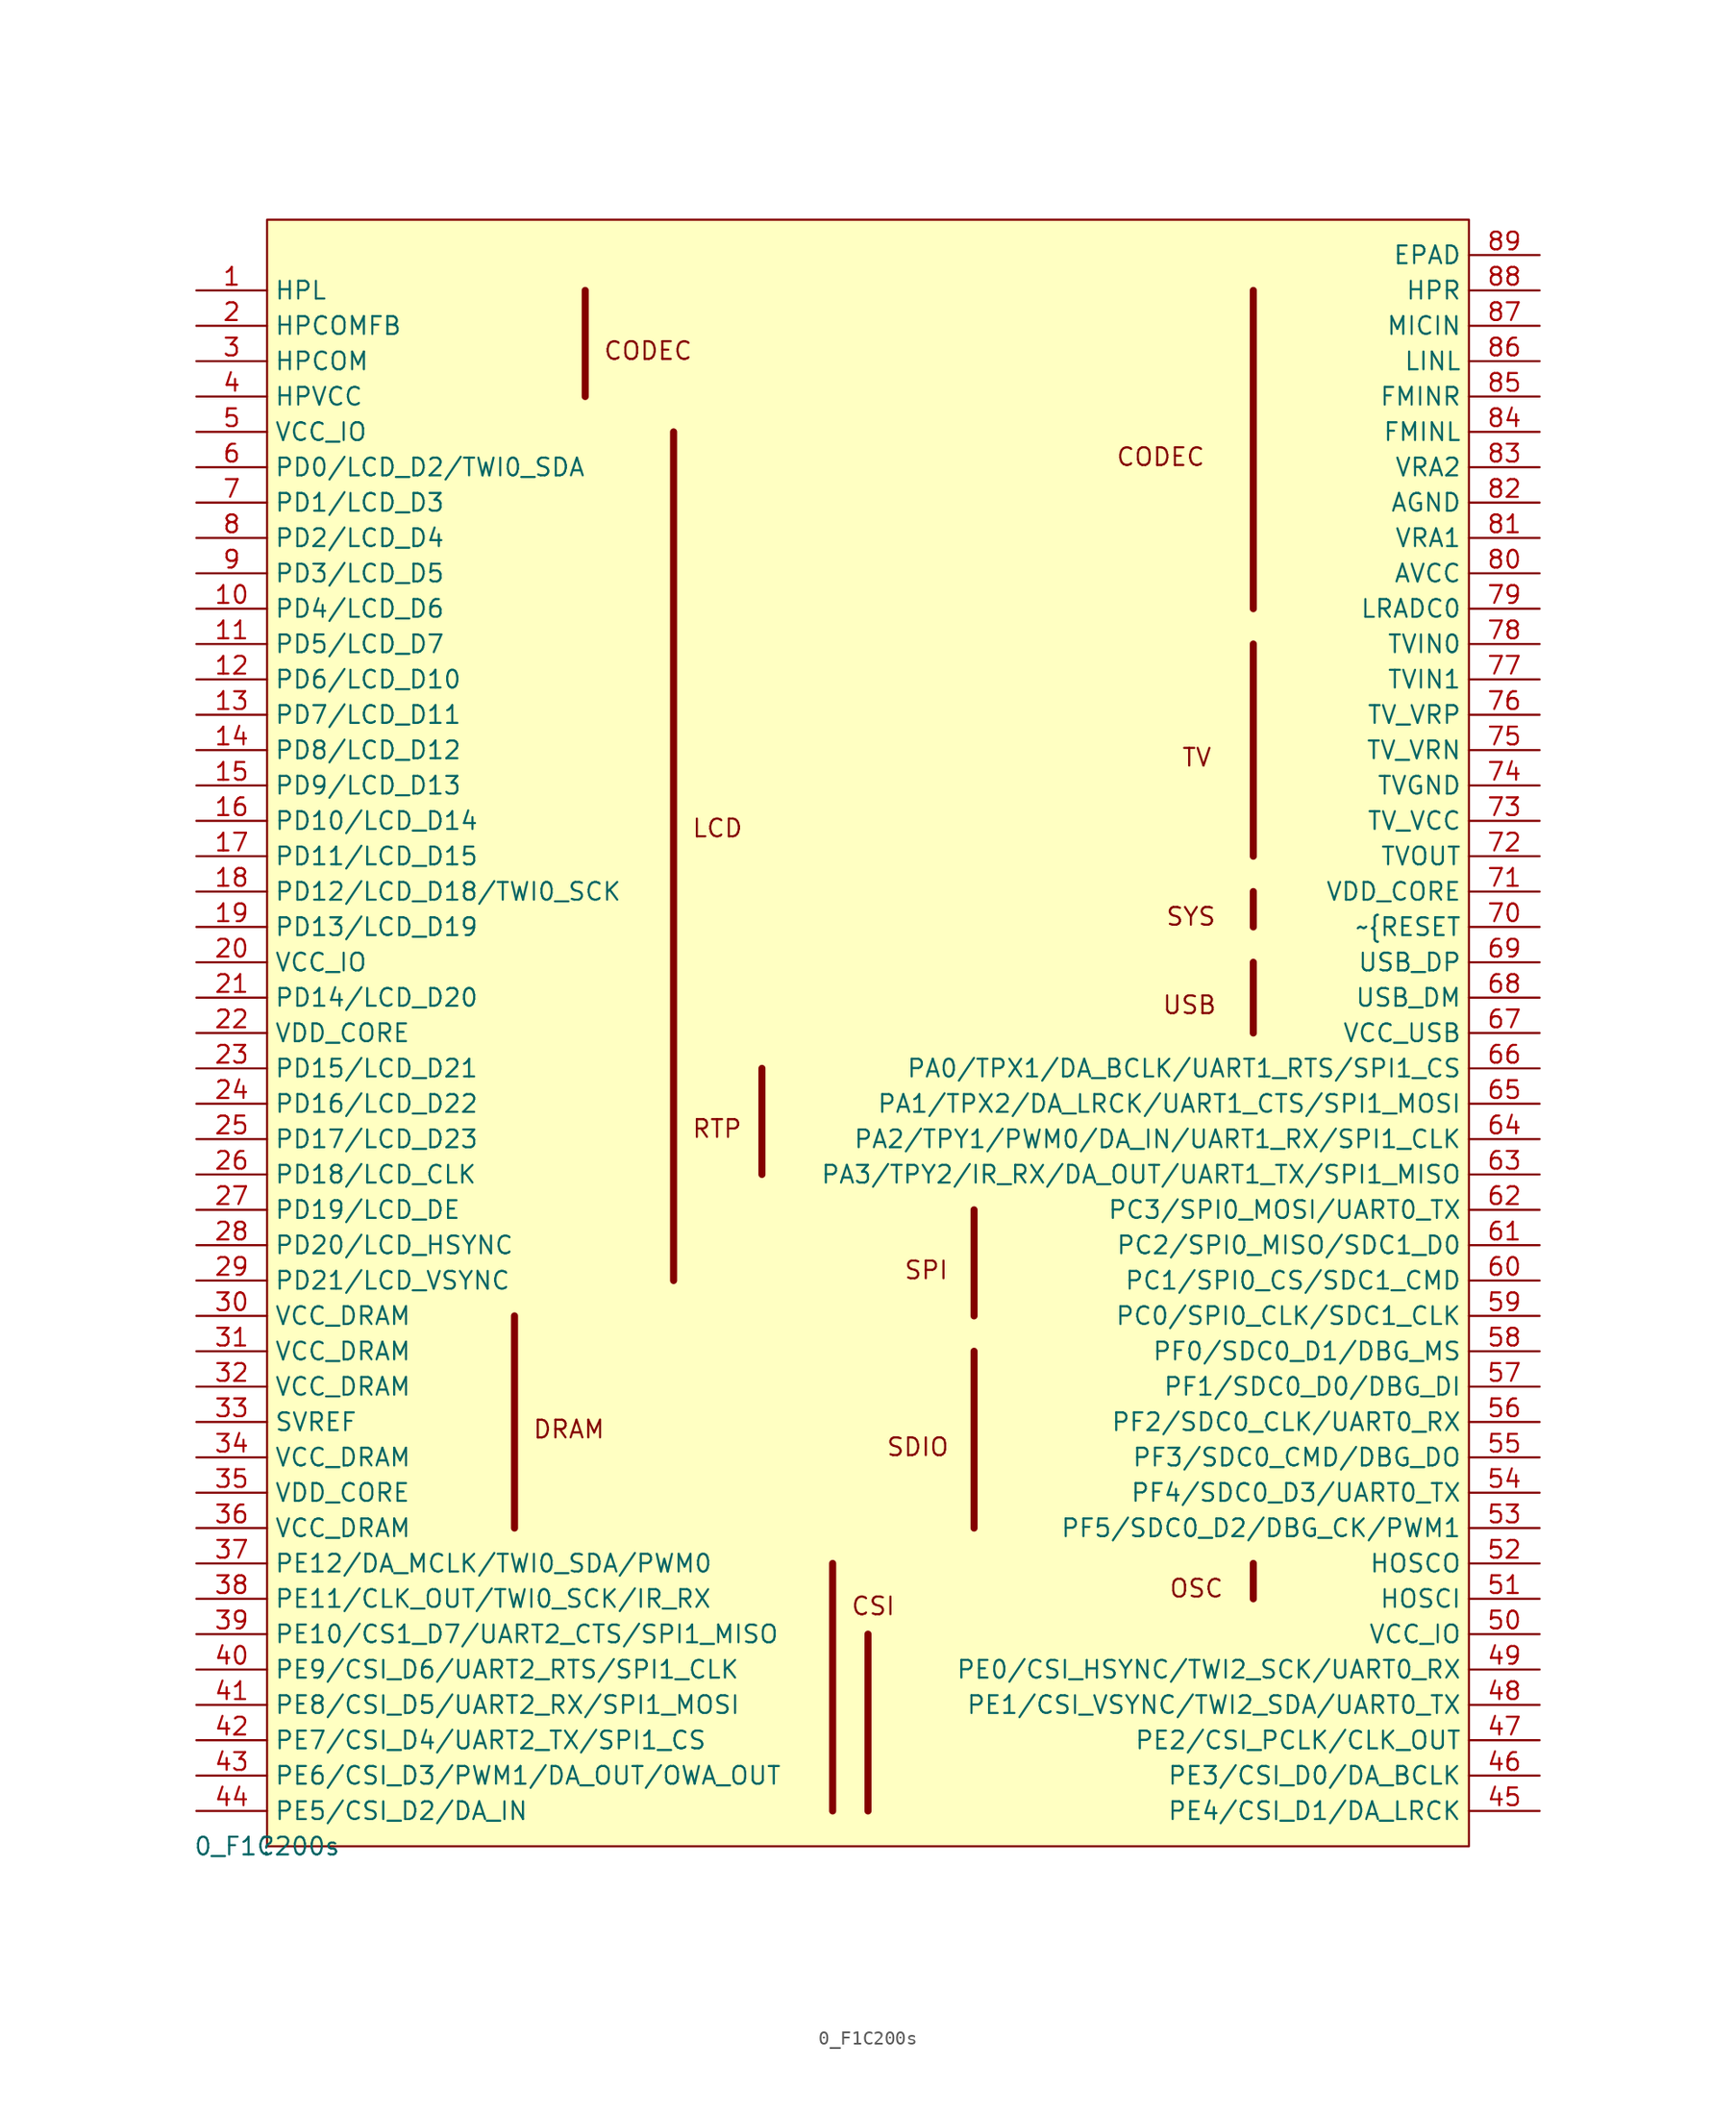
<source format=kicad_sym>
(kicad_symbol_lib
  (version 20210619)
  (generator kicad_symbol_editor)
  (symbol "F1C200S_WS__RGB_T7-altium-import:0_F1C200s"
    (property "Reference" ""
      (at 0 0 0)
      (effects (font (size 1.27 1.27))))
    (property "Value" "0_F1C200s"
      (at 0 0 0)
      (effects (font (size 1.27 1.27))))
    (symbol "0_F1C200s_1_0"
      (text "CODEC" (at 60.96 99.06 0) (effects (font (size 1.27 1.27)) (justify left bottom)))
      (text "CODEC" (at 24.13 106.68 0) (effects (font (size 1.27 1.27)) (justify left bottom)))
      (text "CSI" (at 41.91 16.51 0) (effects (font (size 1.27 1.27)) (justify left bottom)))
      (text "DRAM" (at 19.05 29.21 0) (effects (font (size 1.27 1.27)) (justify left bottom)))
      (text "LCD" (at 30.48 72.39 0) (effects (font (size 1.27 1.27)) (justify left bottom)))
      (text "OSC" (at 64.77 17.78 0) (effects (font (size 1.27 1.27)) (justify left bottom)))
      (text "RTP" (at 30.48 50.8 0) (effects (font (size 1.27 1.27)) (justify left bottom)))
      (text "SDIO" (at 44.45 27.94 0) (effects (font (size 1.27 1.27)) (justify left bottom)))
      (text "SPI" (at 45.72 40.64 0) (effects (font (size 1.27 1.27)) (justify left bottom)))
      (text "SYS" (at 64.526 66.04 0) (effects (font (size 1.27 1.27)) (justify left bottom)))
      (text "TV" (at 65.676 77.47 0) (effects (font (size 1.27 1.27)) (justify left bottom)))
      (text "USB" (at 64.272 59.69 0) (effects (font (size 1.27 1.27)) (justify left bottom)))
      (rectangle (start 86.36 116.84) (end 0 0) (stroke (width 0)) (fill (type background)))
      (polyline (pts (xy 17.78 38.1) (xy 17.78 22.86)) (stroke (width 0.508)) (fill (type none)))
      (polyline (pts (xy 22.86 104.14) (xy 22.86 111.76)) (stroke (width 0.508)) (fill (type none)))
      (polyline (pts (xy 29.21 101.6) (xy 29.21 40.64)) (stroke (width 0.508)) (fill (type none)))
      (polyline (pts (xy 35.56 55.88) (xy 35.56 48.26)) (stroke (width 0.508)) (fill (type none)))
      (polyline (pts (xy 40.64 20.32) (xy 40.64 2.54)) (stroke (width 0.508)) (fill (type none)))
      (polyline (pts (xy 43.18 15.24) (xy 43.18 2.54)) (stroke (width 0.508)) (fill (type none)))
      (polyline (pts (xy 50.8 22.86) (xy 50.8 35.56)) (stroke (width 0.508)) (fill (type none)))
      (polyline (pts (xy 50.8 45.72) (xy 50.8 38.1)) (stroke (width 0.508)) (fill (type none)))
      (polyline (pts (xy 70.866 20.32) (xy 70.866 17.78)) (stroke (width 0.508)) (fill (type none)))
      (polyline (pts (xy 70.866 63.5) (xy 70.866 58.42)) (stroke (width 0.508)) (fill (type none)))
      (polyline (pts (xy 70.866 66.04) (xy 70.866 68.58)) (stroke (width 0.508)) (fill (type none)))
      (polyline (pts (xy 70.866 71.12) (xy 70.866 86.36)) (stroke (width 0.508)) (fill (type none)))
      (polyline (pts (xy 70.866 88.9) (xy 70.866 111.76)) (stroke (width 0.508)) (fill (type none)))
      (pin passive line (at -5.08 111.76 0) (length 5.08) (name "HPL" (effects (font (size 1.27 1.27)))) (number "1" (effects (font (size 1.27 1.27)))))
      (pin passive line (at -5.08 88.9 0) (length 5.08) (name "PD4/LCD_D6" (effects (font (size 1.27 1.27)))) (number "10" (effects (font (size 1.27 1.27)))))
      (pin passive line (at -5.08 86.36 0) (length 5.08) (name "PD5/LCD_D7" (effects (font (size 1.27 1.27)))) (number "11" (effects (font (size 1.27 1.27)))))
      (pin passive line (at -5.08 83.82 0) (length 5.08) (name "PD6/LCD_D10" (effects (font (size 1.27 1.27)))) (number "12" (effects (font (size 1.27 1.27)))))
      (pin passive line (at -5.08 81.28 0) (length 5.08) (name "PD7/LCD_D11" (effects (font (size 1.27 1.27)))) (number "13" (effects (font (size 1.27 1.27)))))
      (pin passive line (at -5.08 78.74 0) (length 5.08) (name "PD8/LCD_D12" (effects (font (size 1.27 1.27)))) (number "14" (effects (font (size 1.27 1.27)))))
      (pin passive line (at -5.08 76.2 0) (length 5.08) (name "PD9/LCD_D13" (effects (font (size 1.27 1.27)))) (number "15" (effects (font (size 1.27 1.27)))))
      (pin passive line (at -5.08 73.66 0) (length 5.08) (name "PD10/LCD_D14" (effects (font (size 1.27 1.27)))) (number "16" (effects (font (size 1.27 1.27)))))
      (pin passive line (at -5.08 71.12 0) (length 5.08) (name "PD11/LCD_D15" (effects (font (size 1.27 1.27)))) (number "17" (effects (font (size 1.27 1.27)))))
      (pin passive line (at -5.08 68.58 0) (length 5.08) (name "PD12/LCD_D18/TWI0_SCK" (effects (font (size 1.27 1.27)))) (number "18" (effects (font (size 1.27 1.27)))))
      (pin passive line (at -5.08 66.04 0) (length 5.08) (name "PD13/LCD_D19" (effects (font (size 1.27 1.27)))) (number "19" (effects (font (size 1.27 1.27)))))
      (pin passive line (at -5.08 109.22 0) (length 5.08) (name "HPCOMFB" (effects (font (size 1.27 1.27)))) (number "2" (effects (font (size 1.27 1.27)))))
      (pin passive line (at -5.08 63.5 0) (length 5.08) (name "VCC_IO" (effects (font (size 1.27 1.27)))) (number "20" (effects (font (size 1.27 1.27)))))
      (pin passive line (at -5.08 60.96 0) (length 5.08) (name "PD14/LCD_D20" (effects (font (size 1.27 1.27)))) (number "21" (effects (font (size 1.27 1.27)))))
      (pin passive line (at -5.08 58.42 0) (length 5.08) (name "VDD_CORE" (effects (font (size 1.27 1.27)))) (number "22" (effects (font (size 1.27 1.27)))))
      (pin passive line (at -5.08 55.88 0) (length 5.08) (name "PD15/LCD_D21" (effects (font (size 1.27 1.27)))) (number "23" (effects (font (size 1.27 1.27)))))
      (pin passive line (at -5.08 53.34 0) (length 5.08) (name "PD16/LCD_D22" (effects (font (size 1.27 1.27)))) (number "24" (effects (font (size 1.27 1.27)))))
      (pin passive line (at -5.08 50.8 0) (length 5.08) (name "PD17/LCD_D23" (effects (font (size 1.27 1.27)))) (number "25" (effects (font (size 1.27 1.27)))))
      (pin passive line (at -5.08 48.26 0) (length 5.08) (name "PD18/LCD_CLK" (effects (font (size 1.27 1.27)))) (number "26" (effects (font (size 1.27 1.27)))))
      (pin passive line (at -5.08 45.72 0) (length 5.08) (name "PD19/LCD_DE" (effects (font (size 1.27 1.27)))) (number "27" (effects (font (size 1.27 1.27)))))
      (pin passive line (at -5.08 43.18 0) (length 5.08) (name "PD20/LCD_HSYNC" (effects (font (size 1.27 1.27)))) (number "28" (effects (font (size 1.27 1.27)))))
      (pin passive line (at -5.08 40.64 0) (length 5.08) (name "PD21/LCD_VSYNC" (effects (font (size 1.27 1.27)))) (number "29" (effects (font (size 1.27 1.27)))))
      (pin passive line (at -5.08 106.68 0) (length 5.08) (name "HPCOM" (effects (font (size 1.27 1.27)))) (number "3" (effects (font (size 1.27 1.27)))))
      (pin passive line (at -5.08 38.1 0) (length 5.08) (name "VCC_DRAM" (effects (font (size 1.27 1.27)))) (number "30" (effects (font (size 1.27 1.27)))))
      (pin passive line (at -5.08 35.56 0) (length 5.08) (name "VCC_DRAM" (effects (font (size 1.27 1.27)))) (number "31" (effects (font (size 1.27 1.27)))))
      (pin passive line (at -5.08 33.02 0) (length 5.08) (name "VCC_DRAM" (effects (font (size 1.27 1.27)))) (number "32" (effects (font (size 1.27 1.27)))))
      (pin passive line (at -5.08 30.48 0) (length 5.08) (name "SVREF" (effects (font (size 1.27 1.27)))) (number "33" (effects (font (size 1.27 1.27)))))
      (pin passive line (at -5.08 27.94 0) (length 5.08) (name "VCC_DRAM" (effects (font (size 1.27 1.27)))) (number "34" (effects (font (size 1.27 1.27)))))
      (pin passive line (at -5.08 25.4 0) (length 5.08) (name "VDD_CORE" (effects (font (size 1.27 1.27)))) (number "35" (effects (font (size 1.27 1.27)))))
      (pin passive line (at -5.08 22.86 0) (length 5.08) (name "VCC_DRAM" (effects (font (size 1.27 1.27)))) (number "36" (effects (font (size 1.27 1.27)))))
      (pin passive line (at -5.08 20.32 0) (length 5.08) (name "PE12/DA_MCLK/TWI0_SDA/PWM0" (effects (font (size 1.27 1.27)))) (number "37" (effects (font (size 1.27 1.27)))))
      (pin passive line (at -5.08 17.78 0) (length 5.08) (name "PE11/CLK_OUT/TWI0_SCK/IR_RX" (effects (font (size 1.27 1.27)))) (number "38" (effects (font (size 1.27 1.27)))))
      (pin passive line (at -5.08 15.24 0) (length 5.08) (name "PE10/CS1_D7/UART2_CTS/SPI1_MISO" (effects (font (size 1.27 1.27)))) (number "39" (effects (font (size 1.27 1.27)))))
      (pin passive line (at -5.08 104.14 0) (length 5.08) (name "HPVCC" (effects (font (size 1.27 1.27)))) (number "4" (effects (font (size 1.27 1.27)))))
      (pin passive line (at -5.08 12.7 0) (length 5.08) (name "PE9/CSI_D6/UART2_RTS/SPI1_CLK" (effects (font (size 1.27 1.27)))) (number "40" (effects (font (size 1.27 1.27)))))
      (pin passive line (at -5.08 10.16 0) (length 5.08) (name "PE8/CSI_D5/UART2_RX/SPI1_MOSI" (effects (font (size 1.27 1.27)))) (number "41" (effects (font (size 1.27 1.27)))))
      (pin passive line (at -5.08 7.62 0) (length 5.08) (name "PE7/CSI_D4/UART2_TX/SPI1_CS" (effects (font (size 1.27 1.27)))) (number "42" (effects (font (size 1.27 1.27)))))
      (pin passive line (at -5.08 5.08 0) (length 5.08) (name "PE6/CSI_D3/PWM1/DA_OUT/OWA_OUT" (effects (font (size 1.27 1.27)))) (number "43" (effects (font (size 1.27 1.27)))))
      (pin passive line (at -5.08 2.54 0) (length 5.08) (name "PE5/CSI_D2/DA_IN" (effects (font (size 1.27 1.27)))) (number "44" (effects (font (size 1.27 1.27)))))
      (pin passive line (at 91.44 2.54 180) (length 5.08) (name "PE4/CSI_D1/DA_LRCK" (effects (font (size 1.27 1.27)))) (number "45" (effects (font (size 1.27 1.27)))))
      (pin passive line (at 91.44 5.08 180) (length 5.08) (name "PE3/CSI_D0/DA_BCLK" (effects (font (size 1.27 1.27)))) (number "46" (effects (font (size 1.27 1.27)))))
      (pin passive line (at 91.44 7.62 180) (length 5.08) (name "PE2/CSI_PCLK/CLK_OUT" (effects (font (size 1.27 1.27)))) (number "47" (effects (font (size 1.27 1.27)))))
      (pin passive line (at 91.44 10.16 180) (length 5.08) (name "PE1/CSI_VSYNC/TWI2_SDA/UART0_TX" (effects (font (size 1.27 1.27)))) (number "48" (effects (font (size 1.27 1.27)))))
      (pin passive line (at 91.44 12.7 180) (length 5.08) (name "PE0/CSI_HSYNC/TWI2_SCK/UART0_RX" (effects (font (size 1.27 1.27)))) (number "49" (effects (font (size 1.27 1.27)))))
      (pin passive line (at -5.08 101.6 0) (length 5.08) (name "VCC_IO" (effects (font (size 1.27 1.27)))) (number "5" (effects (font (size 1.27 1.27)))))
      (pin passive line (at 91.44 15.24 180) (length 5.08) (name "VCC_IO" (effects (font (size 1.27 1.27)))) (number "50" (effects (font (size 1.27 1.27)))))
      (pin passive line (at 91.44 17.78 180) (length 5.08) (name "HOSCI" (effects (font (size 1.27 1.27)))) (number "51" (effects (font (size 1.27 1.27)))))
      (pin passive line (at 91.44 20.32 180) (length 5.08) (name "HOSCO" (effects (font (size 1.27 1.27)))) (number "52" (effects (font (size 1.27 1.27)))))
      (pin passive line (at 91.44 22.86 180) (length 5.08) (name "PF5/SDC0_D2/DBG_CK/PWM1" (effects (font (size 1.27 1.27)))) (number "53" (effects (font (size 1.27 1.27)))))
      (pin passive line (at 91.44 25.4 180) (length 5.08) (name "PF4/SDC0_D3/UART0_TX" (effects (font (size 1.27 1.27)))) (number "54" (effects (font (size 1.27 1.27)))))
      (pin passive line (at 91.44 27.94 180) (length 5.08) (name "PF3/SDC0_CMD/DBG_DO" (effects (font (size 1.27 1.27)))) (number "55" (effects (font (size 1.27 1.27)))))
      (pin passive line (at 91.44 30.48 180) (length 5.08) (name "PF2/SDC0_CLK/UART0_RX" (effects (font (size 1.27 1.27)))) (number "56" (effects (font (size 1.27 1.27)))))
      (pin passive line (at 91.44 33.02 180) (length 5.08) (name "PF1/SDC0_D0/DBG_DI" (effects (font (size 1.27 1.27)))) (number "57" (effects (font (size 1.27 1.27)))))
      (pin passive line (at 91.44 35.56 180) (length 5.08) (name "PF0/SDC0_D1/DBG_MS" (effects (font (size 1.27 1.27)))) (number "58" (effects (font (size 1.27 1.27)))))
      (pin passive line (at 91.44 38.1 180) (length 5.08) (name "PC0/SPI0_CLK/SDC1_CLK" (effects (font (size 1.27 1.27)))) (number "59" (effects (font (size 1.27 1.27)))))
      (pin passive line (at -5.08 99.06 0) (length 5.08) (name "PD0/LCD_D2/TWI0_SDA" (effects (font (size 1.27 1.27)))) (number "6" (effects (font (size 1.27 1.27)))))
      (pin passive line (at 91.44 40.64 180) (length 5.08) (name "PC1/SPI0_CS/SDC1_CMD" (effects (font (size 1.27 1.27)))) (number "60" (effects (font (size 1.27 1.27)))))
      (pin passive line (at 91.44 43.18 180) (length 5.08) (name "PC2/SPI0_MISO/SDC1_D0" (effects (font (size 1.27 1.27)))) (number "61" (effects (font (size 1.27 1.27)))))
      (pin passive line (at 91.44 45.72 180) (length 5.08) (name "PC3/SPI0_MOSI/UART0_TX" (effects (font (size 1.27 1.27)))) (number "62" (effects (font (size 1.27 1.27)))))
      (pin passive line (at 91.44 48.26 180) (length 5.08) (name "PA3/TPY2/IR_RX/DA_OUT/UART1_TX/SPI1_MISO" (effects (font (size 1.27 1.27)))) (number "63" (effects (font (size 1.27 1.27)))))
      (pin passive line (at 91.44 50.8 180) (length 5.08) (name "PA2/TPY1/PWM0/DA_IN/UART1_RX/SPI1_CLK" (effects (font (size 1.27 1.27)))) (number "64" (effects (font (size 1.27 1.27)))))
      (pin passive line (at 91.44 53.34 180) (length 5.08) (name "PA1/TPX2/DA_LRCK/UART1_CTS/SPI1_MOSI" (effects (font (size 1.27 1.27)))) (number "65" (effects (font (size 1.27 1.27)))))
      (pin passive line (at 91.44 55.88 180) (length 5.08) (name "PA0/TPX1/DA_BCLK/UART1_RTS/SPI1_CS" (effects (font (size 1.27 1.27)))) (number "66" (effects (font (size 1.27 1.27)))))
      (pin passive line (at 91.44 58.42 180) (length 5.08) (name "VCC_USB" (effects (font (size 1.27 1.27)))) (number "67" (effects (font (size 1.27 1.27)))))
      (pin passive line (at 91.44 60.96 180) (length 5.08) (name "USB_DM" (effects (font (size 1.27 1.27)))) (number "68" (effects (font (size 1.27 1.27)))))
      (pin passive line (at 91.44 63.5 180) (length 5.08) (name "USB_DP" (effects (font (size 1.27 1.27)))) (number "69" (effects (font (size 1.27 1.27)))))
      (pin passive line (at -5.08 96.52 0) (length 5.08) (name "PD1/LCD_D3" (effects (font (size 1.27 1.27)))) (number "7" (effects (font (size 1.27 1.27)))))
      (pin passive line (at 91.44 66.04 180) (length 5.08) (name "~{RESET" (effects (font (size 1.27 1.27)))) (number "70" (effects (font (size 1.27 1.27)))))
      (pin passive line (at 91.44 68.58 180) (length 5.08) (name "VDD_CORE" (effects (font (size 1.27 1.27)))) (number "71" (effects (font (size 1.27 1.27)))))
      (pin passive line (at 91.44 71.12 180) (length 5.08) (name "TVOUT" (effects (font (size 1.27 1.27)))) (number "72" (effects (font (size 1.27 1.27)))))
      (pin passive line (at 91.44 73.66 180) (length 5.08) (name "TV_VCC" (effects (font (size 1.27 1.27)))) (number "73" (effects (font (size 1.27 1.27)))))
      (pin passive line (at 91.44 76.2 180) (length 5.08) (name "TVGND" (effects (font (size 1.27 1.27)))) (number "74" (effects (font (size 1.27 1.27)))))
      (pin passive line (at 91.44 78.74 180) (length 5.08) (name "TV_VRN" (effects (font (size 1.27 1.27)))) (number "75" (effects (font (size 1.27 1.27)))))
      (pin passive line (at 91.44 81.28 180) (length 5.08) (name "TV_VRP" (effects (font (size 1.27 1.27)))) (number "76" (effects (font (size 1.27 1.27)))))
      (pin passive line (at 91.44 83.82 180) (length 5.08) (name "TVIN1" (effects (font (size 1.27 1.27)))) (number "77" (effects (font (size 1.27 1.27)))))
      (pin passive line (at 91.44 86.36 180) (length 5.08) (name "TVIN0" (effects (font (size 1.27 1.27)))) (number "78" (effects (font (size 1.27 1.27)))))
      (pin passive line (at 91.44 88.9 180) (length 5.08) (name "LRADC0" (effects (font (size 1.27 1.27)))) (number "79" (effects (font (size 1.27 1.27)))))
      (pin passive line (at -5.08 93.98 0) (length 5.08) (name "PD2/LCD_D4" (effects (font (size 1.27 1.27)))) (number "8" (effects (font (size 1.27 1.27)))))
      (pin passive line (at 91.44 91.44 180) (length 5.08) (name "AVCC" (effects (font (size 1.27 1.27)))) (number "80" (effects (font (size 1.27 1.27)))))
      (pin passive line (at 91.44 93.98 180) (length 5.08) (name "VRA1" (effects (font (size 1.27 1.27)))) (number "81" (effects (font (size 1.27 1.27)))))
      (pin passive line (at 91.44 96.52 180) (length 5.08) (name "AGND" (effects (font (size 1.27 1.27)))) (number "82" (effects (font (size 1.27 1.27)))))
      (pin passive line (at 91.44 99.06 180) (length 5.08) (name "VRA2" (effects (font (size 1.27 1.27)))) (number "83" (effects (font (size 1.27 1.27)))))
      (pin passive line (at 91.44 101.6 180) (length 5.08) (name "FMINL" (effects (font (size 1.27 1.27)))) (number "84" (effects (font (size 1.27 1.27)))))
      (pin passive line (at 91.44 104.14 180) (length 5.08) (name "FMINR" (effects (font (size 1.27 1.27)))) (number "85" (effects (font (size 1.27 1.27)))))
      (pin passive line (at 91.44 106.68 180) (length 5.08) (name "LINL" (effects (font (size 1.27 1.27)))) (number "86" (effects (font (size 1.27 1.27)))))
      (pin passive line (at 91.44 109.22 180) (length 5.08) (name "MICIN" (effects (font (size 1.27 1.27)))) (number "87" (effects (font (size 1.27 1.27)))))
      (pin passive line (at 91.44 111.76 180) (length 5.08) (name "HPR" (effects (font (size 1.27 1.27)))) (number "88" (effects (font (size 1.27 1.27)))))
      (pin passive line (at 91.44 114.3 180) (length 5.08) (name "EPAD" (effects (font (size 1.27 1.27)))) (number "89" (effects (font (size 1.27 1.27)))))
      (pin passive line (at -5.08 91.44 0) (length 5.08) (name "PD3/LCD_D5" (effects (font (size 1.27 1.27)))) (number "9" (effects (font (size 1.27 1.27))))))))
</source>
